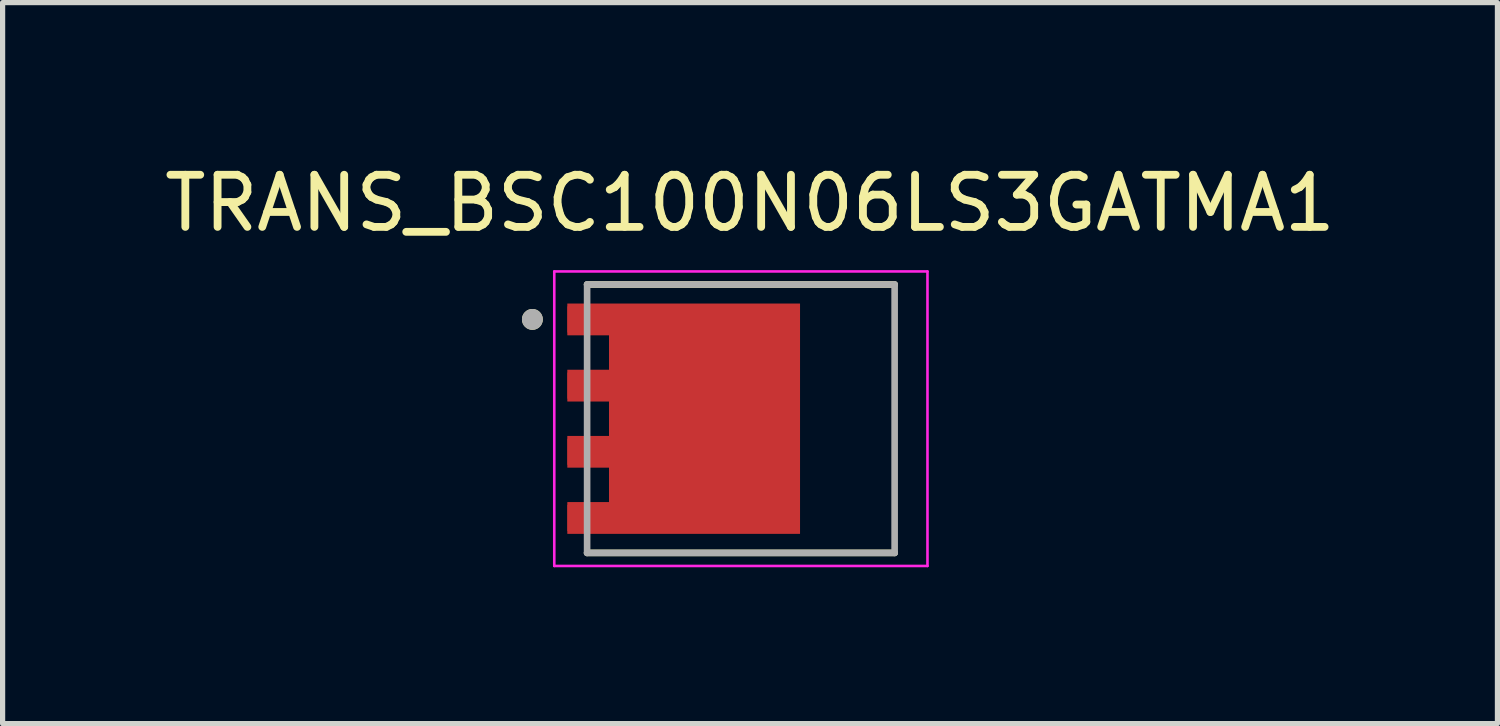
<source format=kicad_pcb>
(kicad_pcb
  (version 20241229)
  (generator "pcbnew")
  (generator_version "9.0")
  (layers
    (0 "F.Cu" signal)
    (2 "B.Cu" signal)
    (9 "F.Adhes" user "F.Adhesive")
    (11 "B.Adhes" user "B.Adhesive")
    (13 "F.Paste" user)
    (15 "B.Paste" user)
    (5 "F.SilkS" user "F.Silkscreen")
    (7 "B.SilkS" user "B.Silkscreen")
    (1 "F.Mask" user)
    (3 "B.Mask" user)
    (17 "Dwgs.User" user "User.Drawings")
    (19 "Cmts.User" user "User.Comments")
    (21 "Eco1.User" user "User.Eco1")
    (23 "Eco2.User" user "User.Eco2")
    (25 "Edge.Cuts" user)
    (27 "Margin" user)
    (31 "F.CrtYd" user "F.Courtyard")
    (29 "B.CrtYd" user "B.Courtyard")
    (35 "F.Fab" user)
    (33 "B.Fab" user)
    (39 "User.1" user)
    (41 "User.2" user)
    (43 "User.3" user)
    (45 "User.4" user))
  (footprint "TRANS_BSC100N06LS3GATMA1"
    (layer "F.Cu")
    (at 11.164 4.983)
    (property "Reference" "TRANS_BSC100N06LS3GATMA1" (at 0.175 -4.135 0) (layer "F.SilkS") (effects (font (size 1 1) (thickness 0.15))))
    (attr smd)
    (fp_poly (pts (xy -1.23 -2.305) (xy 3.425 -2.305) (xy 3.425 -1.505) (xy 2.625 -1.505) (xy 2.625 -1.035) (xy 3.425 -1.035) (xy 3.425 -0.235) (xy 2.625 -0.235) (xy 2.625 0.235) (xy 3.425 0.235) (xy 3.425 1.035) (xy 2.625 1.035) (xy 2.625 1.505) (xy 3.425 1.505) (xy 3.425 2.305) (xy -1.23 2.305)) (stroke (width 0.01) (type solid)) (fill yes) (layer "F.Mask"))
    (fp_line (start -2.95 2.575) (end 2.95 2.575) (stroke (width 0.127) (type solid)) (layer "F.SilkS"))
    (fp_line (start 2.95 -2.575) (end -2.95 -2.575) (stroke (width 0.127) (type solid)) (layer "F.SilkS"))
    (fp_circle (center -4 -1.905) (end -3.9 -1.905) (stroke (width 0.2) (type solid)) (fill no) (layer "F.SilkS"))
    (fp_poly (pts (xy -3.277 -2.105) (xy -2.453 -2.105) (xy -2.453 -1.705) (xy -3.277 -1.705)) (stroke (width 0.01) (type solid)) (fill yes) (layer "F.Paste"))
    (fp_poly (pts (xy -3.277 -0.835) (xy -2.453 -0.835) (xy -2.453 -0.435) (xy -3.277 -0.435)) (stroke (width 0.01) (type solid)) (fill yes) (layer "F.Paste"))
    (fp_poly (pts (xy -3.277 0.435) (xy -2.453 0.435) (xy -2.453 0.835) (xy -3.277 0.835)) (stroke (width 0.01) (type solid)) (fill yes) (layer "F.Paste"))
    (fp_poly (pts (xy -3.277 1.705) (xy -2.453 1.705) (xy -2.453 2.105) (xy -3.277 2.105)) (stroke (width 0.01) (type solid)) (fill yes) (layer "F.Paste"))
    (fp_poly (pts (xy -0.875 -1.6) (xy 0.625 -1.6) (xy 0.625 -0.1) (xy -0.875 -0.1)) (stroke (width 0.01) (type solid)) (fill yes) (layer "F.Paste"))
    (fp_poly (pts (xy -0.875 0.1) (xy 0.625 0.1) (xy 0.625 1.6) (xy -0.875 1.6)) (stroke (width 0.01) (type solid)) (fill yes) (layer "F.Paste"))
    (fp_poly (pts (xy 0.825 -1.6) (xy 2.325 -1.6) (xy 2.325 -0.1) (xy 0.825 -0.1)) (stroke (width 0.01) (type solid)) (fill yes) (layer "F.Paste"))
    (fp_poly (pts (xy 0.825 0.1) (xy 2.325 0.1) (xy 2.325 1.6) (xy 0.825 1.6)) (stroke (width 0.01) (type solid)) (fill yes) (layer "F.Paste"))
    (fp_poly (pts (xy 2.525 -2.155) (xy 3.275 -2.155) (xy 3.275 -1.655) (xy 2.525 -1.655)) (stroke (width 0.01) (type solid)) (fill yes) (layer "F.Paste"))
    (fp_poly (pts (xy 2.525 -0.885) (xy 3.275 -0.885) (xy 3.275 -0.385) (xy 2.525 -0.385)) (stroke (width 0.01) (type solid)) (fill yes) (layer "F.Paste"))
    (fp_poly (pts (xy 2.525 0.385) (xy 3.275 0.385) (xy 3.275 0.885) (xy 2.525 0.885)) (stroke (width 0.01) (type solid)) (fill yes) (layer "F.Paste"))
    (fp_poly (pts (xy 2.525 1.655) (xy 3.275 1.655) (xy 3.275 2.155) (xy 2.525 2.155)) (stroke (width 0.01) (type solid)) (fill yes) (layer "F.Paste"))
    (fp_line (start -3.58 -2.825) (end 3.58 -2.825) (stroke (width 0.05) (type solid)) (layer "F.CrtYd"))
    (fp_line (start -3.58 2.825) (end -3.58 -2.825) (stroke (width 0.05) (type solid)) (layer "F.CrtYd"))
    (fp_line (start 3.58 -2.825) (end 3.58 2.825) (stroke (width 0.05) (type solid)) (layer "F.CrtYd"))
    (fp_line (start 3.58 2.825) (end -3.58 2.825) (stroke (width 0.05) (type solid)) (layer "F.CrtYd"))
    (fp_line (start -2.95 -2.575) (end -2.95 2.575) (stroke (width 0.127) (type solid)) (layer "F.Fab"))
    (fp_line (start -2.95 2.575) (end 2.95 2.575) (stroke (width 0.127) (type solid)) (layer "F.Fab"))
    (fp_line (start 2.95 -2.575) (end -2.95 -2.575) (stroke (width 0.127) (type solid)) (layer "F.Fab"))
    (fp_line (start 2.95 2.575) (end 2.95 -2.575) (stroke (width 0.127) (type solid)) (layer "F.Fab"))
    (fp_circle (center -4 -1.905) (end -3.9 -1.905) (stroke (width 0.2) (type solid)) (fill no) (layer "F.Fab"))
    (pad "1" smd rect (at -2.865 -1.905) (size 0.925 0.5) (layers "F.Cu" "F.Mask"))
    (pad "2" smd rect (at -2.865 -0.635) (size 0.925 0.5) (layers "F.Cu" "F.Mask"))
    (pad "3" smd rect (at -2.865 0.635) (size 0.925 0.5) (layers "F.Cu" "F.Mask"))
    (pad "4" smd rect (at -2.865 1.905) (size 0.925 0.5) (layers "F.Cu" "F.Mask"))
    (pad "5_8" smd custom (at 0 0 180) (size 0.5 0.5) (layers "F.Cu") (options (anchor rect)) (primitives (gr_poly (pts (xy -1.13 -2.205) (xy 3.325 -2.205) (xy 3.325 -1.605) (xy 2.525 -1.605) (xy 2.525 -0.935) (xy 3.325 -0.935) (xy 3.325 -0.335) (xy 2.525 -0.335) (xy 2.525 0.335) (xy 3.325 0.335) (xy 3.325 0.935) (xy 2.525 0.935) (xy 2.525 1.605) (xy 3.325 1.605) (xy 3.325 2.205) (xy -1.13 2.205)) (width 0.01) (fill yes)))))
  (gr_rect
    (start -3 -3)
    (end 25.679 10.833)
    (stroke (width 0.1) (type default))
    (fill no)
    (layer "Edge.Cuts")))
</source>
